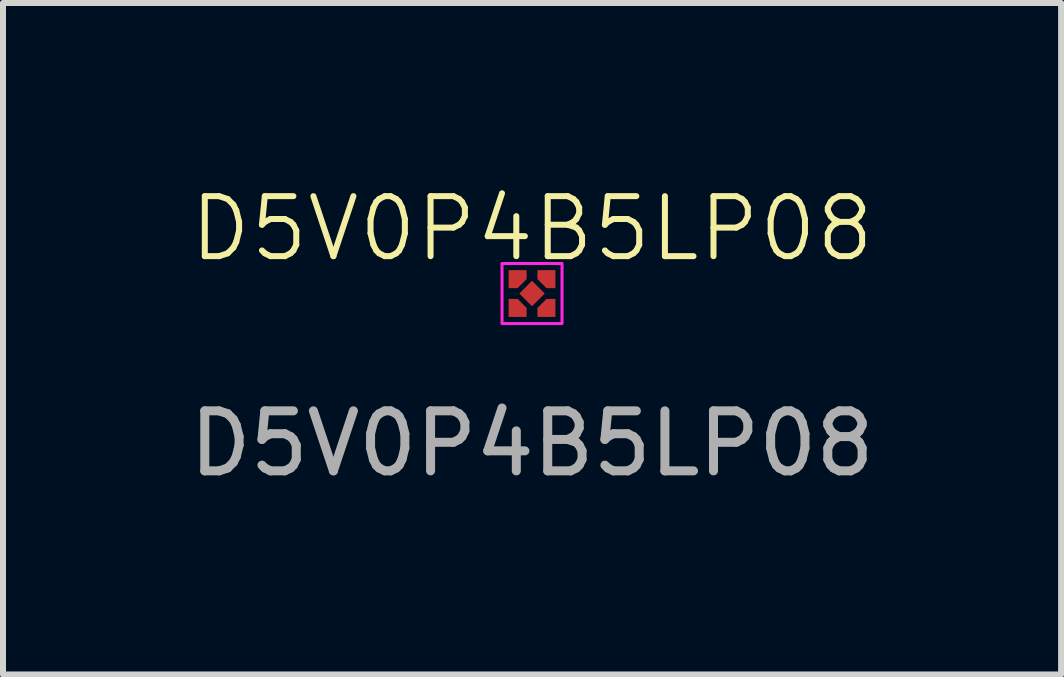
<source format=kicad_pcb>
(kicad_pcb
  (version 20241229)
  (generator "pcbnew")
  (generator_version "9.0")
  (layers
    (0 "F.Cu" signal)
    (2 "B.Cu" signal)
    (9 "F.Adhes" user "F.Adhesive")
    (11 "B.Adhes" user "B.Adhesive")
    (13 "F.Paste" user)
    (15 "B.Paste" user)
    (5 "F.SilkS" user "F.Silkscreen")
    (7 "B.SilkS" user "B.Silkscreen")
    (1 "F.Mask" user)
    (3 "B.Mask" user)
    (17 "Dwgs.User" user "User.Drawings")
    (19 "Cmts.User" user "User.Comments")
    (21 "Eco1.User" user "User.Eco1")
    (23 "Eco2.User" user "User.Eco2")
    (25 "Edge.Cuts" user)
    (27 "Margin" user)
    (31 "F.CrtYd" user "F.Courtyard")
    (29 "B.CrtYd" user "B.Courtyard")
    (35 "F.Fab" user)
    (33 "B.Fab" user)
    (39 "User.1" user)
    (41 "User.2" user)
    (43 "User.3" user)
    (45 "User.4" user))
  (footprint "D5V0P4B5LP08"
    (layer "F.Cu")
    (at 5.815 1.841)
    (property "Reference" "D5V0P4B5LP08" (at 0 -1.08 0) (unlocked yes) (layer "F.SilkS") (effects (font (size 1 1) (thickness 0.1))))
    (attr smd)
    (fp_rect (start -0.5 -0.5) (end 0.5 0.5) (stroke (width 0.05) (type default)) (fill no) (layer "F.CrtYd"))
    (fp_text user "${REFERENCE}" (at 0 2.5 0) (unlocked yes) (layer "F.Fab") (effects (font (size 1 1) (thickness 0.15))))
    (pad "1" smd roundrect (at -0.24 -0.24) (size 0.3 0.3) (layers "F.Cu" "F.Mask" "F.Paste") (roundrect_rratio 0) (chamfer_ratio 0.5) (chamfer bottom_right))
    (pad "2" smd roundrect (at 0.24 -0.24) (size 0.3 0.3) (layers "F.Cu" "F.Mask" "F.Paste") (roundrect_rratio 0) (chamfer_ratio 0.5) (chamfer bottom_left))
    (pad "3" smd roundrect (at 0.24 0.24 270) (size 0.3 0.3) (layers "F.Cu" "F.Mask" "F.Paste") (roundrect_rratio 0) (chamfer_ratio 0.5) (chamfer bottom_left))
    (pad "4" smd roundrect (at -0.24 0.24 180) (size 0.3 0.3) (layers "F.Cu" "F.Mask" "F.Paste") (roundrect_rratio 0) (chamfer_ratio 0.5) (chamfer bottom_left))
    (pad "GND" smd rect (at 0 0 45) (size 0.3 0.3) (layers "F.Cu" "F.Mask" "F.Paste")))
  (gr_rect
    (start -3 -3)
    (end 14.631 8.189)
    (stroke (width 0.1) (type default))
    (fill no)
    (layer "Edge.Cuts")))
</source>
